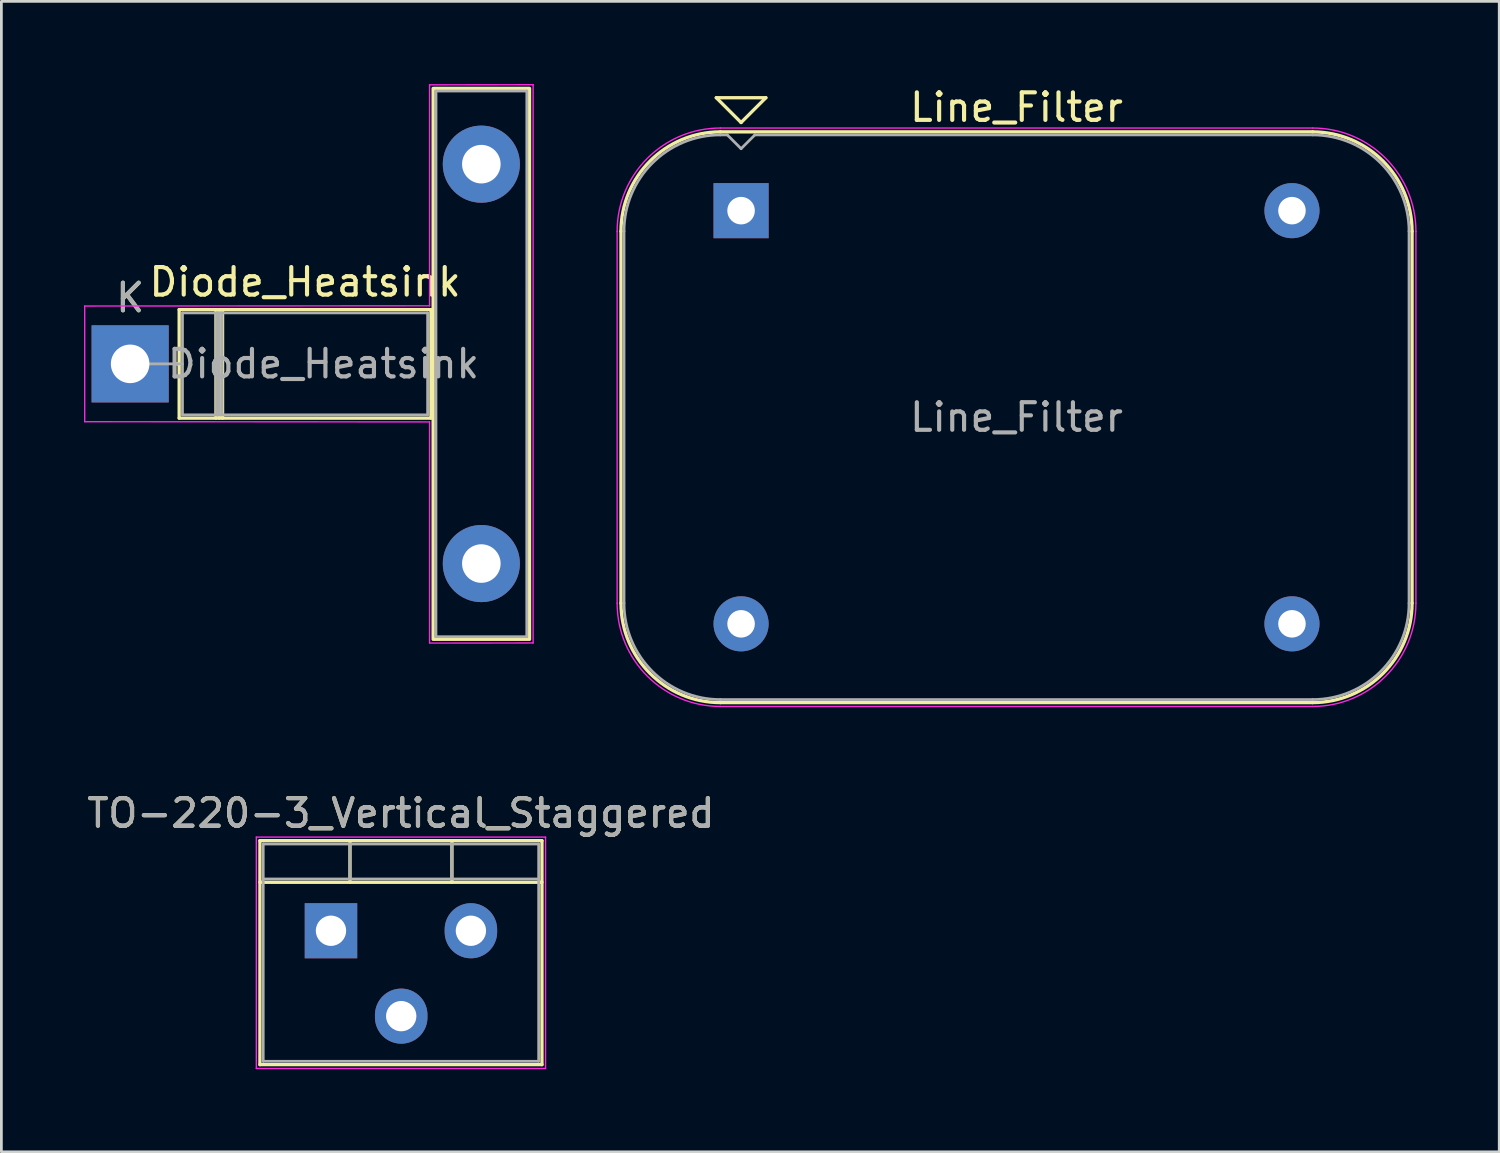
<source format=kicad_pcb>
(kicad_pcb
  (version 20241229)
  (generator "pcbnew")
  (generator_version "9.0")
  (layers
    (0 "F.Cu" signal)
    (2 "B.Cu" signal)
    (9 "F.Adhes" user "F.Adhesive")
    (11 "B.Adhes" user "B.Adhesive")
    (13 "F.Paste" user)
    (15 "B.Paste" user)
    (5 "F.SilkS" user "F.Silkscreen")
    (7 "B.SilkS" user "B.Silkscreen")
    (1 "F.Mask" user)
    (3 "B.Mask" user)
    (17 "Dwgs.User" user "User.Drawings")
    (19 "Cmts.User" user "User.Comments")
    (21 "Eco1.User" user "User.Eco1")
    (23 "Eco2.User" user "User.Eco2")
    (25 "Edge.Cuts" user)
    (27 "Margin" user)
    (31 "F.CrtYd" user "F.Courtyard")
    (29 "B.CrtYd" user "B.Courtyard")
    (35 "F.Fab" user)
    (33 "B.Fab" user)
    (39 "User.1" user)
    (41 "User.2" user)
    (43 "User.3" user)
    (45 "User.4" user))
  (footprint "Diode_Heatsink"
    (layer "F.Cu")
    (at 1.675 10.16)
    (property "Reference" "Diode_Heatsink" (at 6.35 -2.97 0) (layer "F.SilkS") (effects (font (size 1 1) (thickness 0.15))))
    (attr through_hole)
    (fp_line (start 1.64 0) (end 1.78 0) (stroke (width 0.12) (type solid)) (layer "F.SilkS"))
    (fp_line (start 1.78 -1.97) (end 1.78 1.97) (stroke (width 0.12) (type solid)) (layer "F.SilkS"))
    (fp_line (start 1.78 1.97) (end 10.92 1.97) (stroke (width 0.12) (type solid)) (layer "F.SilkS"))
    (fp_line (start 3.115 -1.97) (end 3.115 1.97) (stroke (width 0.12) (type solid)) (layer "F.SilkS"))
    (fp_line (start 3.235 -1.97) (end 3.235 1.97) (stroke (width 0.12) (type solid)) (layer "F.SilkS"))
    (fp_line (start 3.355 -1.97) (end 3.355 1.97) (stroke (width 0.12) (type solid)) (layer "F.SilkS"))
    (fp_line (start 10.92 -1.97) (end 1.78 -1.97) (stroke (width 0.12) (type solid)) (layer "F.SilkS"))
    (fp_line (start 10.92 1.97) (end 10.92 -1.97) (stroke (width 0.12) (type solid)) (layer "F.SilkS"))
    (fp_rect (start 11 -10) (end 14.5 10) (stroke (width 0.12) (type solid)) (fill no) (layer "F.SilkS"))
    (fp_line (start -1.65 -2.1) (end -1.65 2.1) (stroke (width 0.05) (type solid)) (layer "F.CrtYd"))
    (fp_line (start -1.65 2.1) (end 10.871 2.108) (stroke (width 0.05) (type solid)) (layer "F.CrtYd"))
    (fp_line (start 10.871 -2.108) (end -1.65 -2.1) (stroke (width 0.05) (type solid)) (layer "F.CrtYd"))
    (fp_line (start 10.871 -2.108) (end 10.871 -10.13) (stroke (width 0.05) (type solid)) (layer "F.CrtYd"))
    (fp_line (start 10.871 10.13) (end 10.871 2.108) (stroke (width 0.05) (type solid)) (layer "F.CrtYd"))
    (fp_line (start 14.63 -10.135) (end 10.871 -10.13) (stroke (width 0.05) (type solid)) (layer "F.CrtYd"))
    (fp_line (start 14.63 10.133) (end 10.871 10.137) (stroke (width 0.05) (type solid)) (layer "F.CrtYd"))
    (fp_line (start 14.63 10.133) (end 14.63 -10.135) (stroke (width 0.05) (type solid)) (layer "F.CrtYd"))
    (fp_line (start 0 0) (end 1.9 0) (stroke (width 0.1) (type solid)) (layer "F.Fab"))
    (fp_line (start 1.9 -1.85) (end 1.9 1.85) (stroke (width 0.1) (type solid)) (layer "F.Fab"))
    (fp_line (start 1.9 1.85) (end 10.8 1.85) (stroke (width 0.1) (type solid)) (layer "F.Fab"))
    (fp_line (start 3.135 -1.85) (end 3.135 1.85) (stroke (width 0.1) (type solid)) (layer "F.Fab"))
    (fp_line (start 3.235 -1.85) (end 3.235 1.85) (stroke (width 0.1) (type solid)) (layer "F.Fab"))
    (fp_line (start 3.335 -1.85) (end 3.335 1.85) (stroke (width 0.1) (type solid)) (layer "F.Fab"))
    (fp_line (start 10.8 -1.85) (end 1.9 -1.85) (stroke (width 0.1) (type solid)) (layer "F.Fab"))
    (fp_line (start 10.8 1.85) (end 10.8 -1.85) (stroke (width 0.1) (type solid)) (layer "F.Fab"))
    (fp_line (start 11.104 -9.906) (end 11.102 9.906) (stroke (width 0.1) (type solid)) (layer "F.Fab"))
    (fp_line (start 14.4 9.906) (end 11.102 9.906) (stroke (width 0.1) (type solid)) (layer "F.Fab"))
    (fp_line (start 14.4 9.906) (end 14.402 -9.906) (stroke (width 0.1) (type solid)) (layer "F.Fab"))
    (fp_line (start 14.402 -9.906) (end 11.104 -9.906) (stroke (width 0.1) (type solid)) (layer "F.Fab"))
    (fp_text user "K" (at 0 -2.4 0) (layer "F.SilkS") (effects (font (size 1 1) (thickness 0.15))))
    (fp_text user "K" (at 0 -2.4 0) (layer "F.Fab") (effects (font (size 1 1) (thickness 0.15))))
    (fp_text user "${REFERENCE}" (at 7.018 0 0) (layer "F.Fab") (effects (font (size 1 1) (thickness 0.15))))
    (pad "1" thru_hole rect (at 0 0) (size 2.8 2.8) (drill 1.4) (layers "*.Cu" "*.Mask"))
    (pad "2" thru_hole oval (at 12.75 -7.25) (size 2.8 2.8) (drill 1.4) (layers "*.Cu" "*.Mask"))
    (pad "2" thru_hole oval (at 12.75 7.25) (size 2.8 2.8) (drill 1.4) (layers "*.Cu" "*.Mask")))
  (footprint "Line_Filter"
    (layer "F.Cu")
    (at 23.855 4.598)
    (property "Reference" "Line_Filter" (at 10 -3.75 0) (layer "F.SilkS") (effects (font (size 1 1) (thickness 0.15))))
    (attr through_hole)
    (fp_line (start -4.36 14.25) (end -4.36 0.75) (stroke (width 0.12) (type solid)) (layer "F.SilkS"))
    (fp_line (start -0.9 -4.1) (end 0.9 -4.1) (stroke (width 0.12) (type solid)) (layer "F.SilkS"))
    (fp_line (start -0.75 -2.86) (end 20.75 -2.86) (stroke (width 0.12) (type solid)) (layer "F.SilkS"))
    (fp_line (start 0 -3.2) (end -0.9 -4.1) (stroke (width 0.12) (type solid)) (layer "F.SilkS"))
    (fp_line (start 0.9 -4.1) (end 0 -3.2) (stroke (width 0.12) (type solid)) (layer "F.SilkS"))
    (fp_line (start 20.75 17.86) (end -0.75 17.86) (stroke (width 0.12) (type solid)) (layer "F.SilkS"))
    (fp_line (start 24.36 0.75) (end 24.36 14.25) (stroke (width 0.12) (type solid)) (layer "F.SilkS"))
    (fp_arc (start -4.36 0.75) (mid -3.302655 -1.802655) (end -0.75 -2.86) (stroke (width 0.12) (type solid)) (layer "F.SilkS"))
    (fp_arc (start -0.75 17.86) (mid -3.302655 16.802655) (end -4.36 14.25) (stroke (width 0.12) (type solid)) (layer "F.SilkS"))
    (fp_arc (start 20.75 -2.86) (mid 23.302655 -1.802655) (end 24.36 0.75) (stroke (width 0.12) (type solid)) (layer "F.SilkS"))
    (fp_arc (start 24.36 14.25) (mid 23.302655 16.802655) (end 20.75 17.86) (stroke (width 0.12) (type solid)) (layer "F.SilkS"))
    (fp_line (start -4.5 14.25) (end -4.5 0.75) (stroke (width 0.05) (type solid)) (layer "F.CrtYd"))
    (fp_line (start -0.75 -3) (end 20.75 -3) (stroke (width 0.05) (type solid)) (layer "F.CrtYd"))
    (fp_line (start 20.75 18) (end -0.75 18) (stroke (width 0.05) (type solid)) (layer "F.CrtYd"))
    (fp_line (start 24.5 0.75) (end 24.5 14.25) (stroke (width 0.05) (type solid)) (layer "F.CrtYd"))
    (fp_arc (start -4.5 0.75) (mid -3.40165 -1.90165) (end -0.75 -3) (stroke (width 0.05) (type solid)) (layer "F.CrtYd"))
    (fp_arc (start -0.75 18) (mid -3.40165 16.90165) (end -4.5 14.25) (stroke (width 0.05) (type solid)) (layer "F.CrtYd"))
    (fp_arc (start 20.75 -3) (mid 23.40165 -1.90165) (end 24.5 0.75) (stroke (width 0.05) (type solid)) (layer "F.CrtYd"))
    (fp_arc (start 24.5 14.25) (mid 23.40165 16.90165) (end 20.75 18) (stroke (width 0.05) (type solid)) (layer "F.CrtYd"))
    (fp_line (start -4.25 0.75) (end -4.25 14.25) (stroke (width 0.1) (type solid)) (layer "F.Fab"))
    (fp_line (start -0.75 -2.75) (end -0.5 -2.75) (stroke (width 0.1) (type solid)) (layer "F.Fab"))
    (fp_line (start -0.75 17.75) (end 20.75 17.75) (stroke (width 0.1) (type solid)) (layer "F.Fab"))
    (fp_line (start -0.5 -2.75) (end 0 -2.25) (stroke (width 0.1) (type solid)) (layer "F.Fab"))
    (fp_line (start 0 -2.25) (end 0.5 -2.75) (stroke (width 0.1) (type solid)) (layer "F.Fab"))
    (fp_line (start 0.5 -2.75) (end 20.75 -2.75) (stroke (width 0.1) (type solid)) (layer "F.Fab"))
    (fp_line (start 24.25 0.75) (end 24.25 14.25) (stroke (width 0.1) (type solid)) (layer "F.Fab"))
    (fp_arc (start -4.25 0.75) (mid -3.224874 -1.724874) (end -0.75 -2.75) (stroke (width 0.1) (type solid)) (layer "F.Fab"))
    (fp_arc (start -0.75 17.75) (mid -3.224874 16.724874) (end -4.25 14.25) (stroke (width 0.1) (type solid)) (layer "F.Fab"))
    (fp_arc (start 20.75 -2.75) (mid 23.224874 -1.724874) (end 24.25 0.75) (stroke (width 0.1) (type solid)) (layer "F.Fab"))
    (fp_arc (start 24.25 14.25) (mid 23.224874 16.724874) (end 20.75 17.75) (stroke (width 0.1) (type solid)) (layer "F.Fab"))
    (fp_text user "${REFERENCE}" (at 10 7.5 0) (layer "F.Fab") (effects (font (size 1 1) (thickness 0.15))))
    (pad "1" thru_hole rect (at 0 0) (size 2 2) (drill 1) (layers "*.Cu" "*.Mask"))
    (pad "2" thru_hole circle (at 20 0) (size 2 2) (drill 1) (layers "*.Cu" "*.Mask"))
    (pad "3" thru_hole circle (at 0 15) (size 2 2) (drill 1) (layers "*.Cu" "*.Mask"))
    (pad "4" thru_hole circle (at 20 15) (size 2 2) (drill 1) (layers "*.Cu" "*.Mask")))
  (footprint "TO-220-3_Vertical_Staggered"
    (layer "F.Cu")
    (at 8.966 30.741)
    (property "Reference" "TO-220-3_Vertical_Staggered" (at 2.54 -4.27 0) (layer "F.SilkS") (effects (font (size 1 1) (thickness 0.15))))
    (attr through_hole)
    (fp_line (start -2.58 -3.27) (end -2.58 4.861) (stroke (width 0.12) (type solid)) (layer "F.SilkS"))
    (fp_line (start -2.58 -3.27) (end 7.66 -3.27) (stroke (width 0.12) (type solid)) (layer "F.SilkS"))
    (fp_line (start -2.58 -1.76) (end 7.66 -1.76) (stroke (width 0.12) (type solid)) (layer "F.SilkS"))
    (fp_line (start -2.58 4.861) (end 7.66 4.861) (stroke (width 0.12) (type solid)) (layer "F.SilkS"))
    (fp_line (start 0.69 -3.27) (end 0.69 -1.76) (stroke (width 0.12) (type solid)) (layer "F.SilkS"))
    (fp_line (start 4.391 -3.27) (end 4.391 -1.76) (stroke (width 0.12) (type solid)) (layer "F.SilkS"))
    (fp_line (start 7.66 -3.27) (end 7.66 4.861) (stroke (width 0.12) (type solid)) (layer "F.SilkS"))
    (fp_line (start -2.71 -3.4) (end -2.71 5) (stroke (width 0.05) (type solid)) (layer "F.CrtYd"))
    (fp_line (start -2.71 5) (end 7.79 5) (stroke (width 0.05) (type solid)) (layer "F.CrtYd"))
    (fp_line (start 7.79 -3.4) (end -2.71 -3.4) (stroke (width 0.05) (type solid)) (layer "F.CrtYd"))
    (fp_line (start 7.79 5) (end 7.79 -3.4) (stroke (width 0.05) (type solid)) (layer "F.CrtYd"))
    (fp_line (start -2.46 -3.15) (end -2.46 4.74) (stroke (width 0.1) (type solid)) (layer "F.Fab"))
    (fp_line (start -2.46 -1.88) (end 7.54 -1.88) (stroke (width 0.1) (type solid)) (layer "F.Fab"))
    (fp_line (start -2.46 4.74) (end 7.54 4.74) (stroke (width 0.1) (type solid)) (layer "F.Fab"))
    (fp_line (start 0.69 -3.15) (end 0.69 -1.88) (stroke (width 0.1) (type solid)) (layer "F.Fab"))
    (fp_line (start 4.39 -3.15) (end 4.39 -1.88) (stroke (width 0.1) (type solid)) (layer "F.Fab"))
    (fp_line (start 7.54 -3.15) (end -2.46 -3.15) (stroke (width 0.1) (type solid)) (layer "F.Fab"))
    (fp_line (start 7.54 4.74) (end 7.54 -3.15) (stroke (width 0.1) (type solid)) (layer "F.Fab"))
    (fp_text user "${REFERENCE}" (at 2.54 -4.27 0) (layer "F.Fab") (effects (font (size 1 1) (thickness 0.15))))
    (pad "1" thru_hole rect (at 0 0) (size 1.905 2) (drill 1.1) (layers "*.Cu" "*.Mask"))
    (pad "2" thru_hole oval (at 2.55 3.1) (size 1.905 2) (drill 1.1) (layers "*.Cu" "*.Mask"))
    (pad "3" thru_hole oval (at 5.08 0) (size 1.905 2) (drill 1.1) (layers "*.Cu" "*.Mask")))
  (gr_rect
    (start -3 -3)
    (end 51.38 38.767)
    (stroke (width 0.1) (type default))
    (fill no)
    (layer "Edge.Cuts")))
</source>
